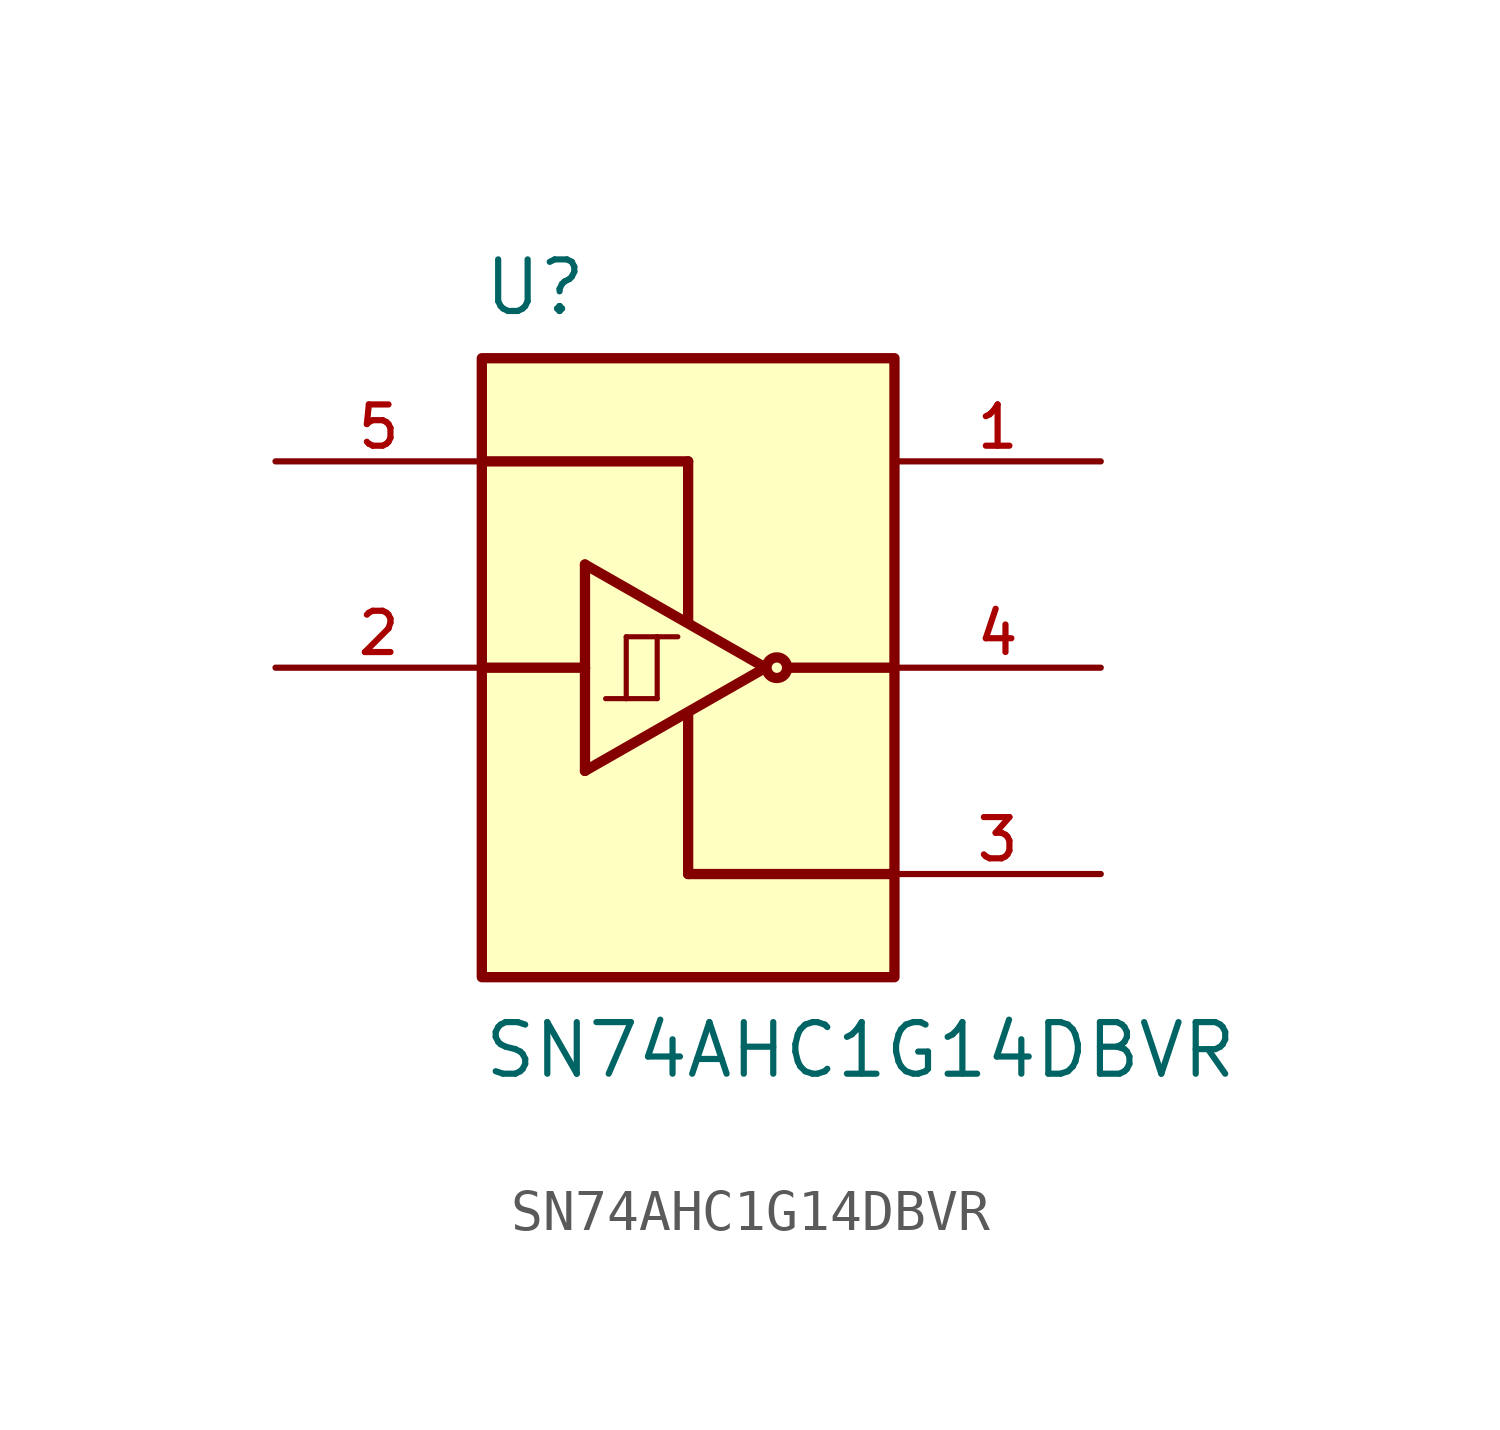
<source format=kicad_sym>
(kicad_symbol_lib
  (version 20220914)
  (generator kicad_symbol_editor)
  (symbol "SN74AHC1G14DBVR"
    (pin_names
      (offset 1.016))
    (property "Reference" "U"
      (at -5.08 8.62 0)
      (effects (font (size 1.27 1.27)) (justify left bottom)))
    (property "Value" "SN74AHC1G14DBVR"
      (at -5.08 -10.16 0)
      (effects (font (size 1.27 1.27)) (justify left bottom)))
    (symbol "SN74AHC1G14DBVR_0_0"
      (rectangle (start -5.08 -7.62) (end 5.08 7.62) (stroke (width 0.254) (type default)) (fill (type background)))
      (polyline (pts (xy -5.08 0) (xy -2.54 0)) (stroke (width 0.254) (type default)) (fill (type none)))
      (polyline (pts (xy -5.08 5.08) (xy 0 5.08)) (stroke (width 0.254) (type default)) (fill (type none)))
      (polyline (pts (xy -2.54 -2.54) (xy -2.54 0)) (stroke (width 0.254) (type default)) (fill (type none)))
      (polyline (pts (xy -2.54 0) (xy -2.54 2.54)) (stroke (width 0.254) (type default)) (fill (type none)))
      (polyline (pts (xy -2.54 2.54) (xy 1.905 0)) (stroke (width 0.254) (type default)) (fill (type none)))
      (polyline (pts (xy -1.524 -0.762) (xy -2.032 -0.762)) (stroke (width 0.127) (type default)) (fill (type none)))
      (polyline (pts (xy -1.524 -0.762) (xy -0.762 -0.762)) (stroke (width 0.127) (type default)) (fill (type none)))
      (polyline (pts (xy -1.524 0.762) (xy -1.524 -0.762)) (stroke (width 0.127) (type default)) (fill (type none)))
      (polyline (pts (xy -0.762 -0.762) (xy -0.762 0.762)) (stroke (width 0.127) (type default)) (fill (type none)))
      (polyline (pts (xy -0.762 0.762) (xy -1.524 0.762)) (stroke (width 0.127) (type default)) (fill (type none)))
      (polyline (pts (xy -0.762 0.762) (xy -0.254 0.762)) (stroke (width 0.127) (type default)) (fill (type none)))
      (polyline (pts (xy 0 -5.08) (xy 5.08 -5.08)) (stroke (width 0.254) (type default)) (fill (type none)))
      (polyline (pts (xy 0 -1.143) (xy 0 -5.08)) (stroke (width 0.254) (type default)) (fill (type none)))
      (polyline (pts (xy 0 5.08) (xy 0 1.143)) (stroke (width 0.254) (type default)) (fill (type none)))
      (polyline (pts (xy 1.905 0) (xy -2.54 -2.54)) (stroke (width 0.254) (type default)) (fill (type none)))
      (polyline (pts (xy 2.54 0) (xy 5.08 0)) (stroke (width 0.254) (type default)) (fill (type none)))
      (circle (center 2.184 0) (radius 0.254) (stroke (width 0.254) (type default)) (fill (type none)))
      (pin passive line (at 10.16 5.08 180) (length 5.08) (name "~" (effects (font (size 1.016 1.016)))) (number "1" (effects (font (size 1.016 1.016)))))
      (pin input line (at -10.16 0 0) (length 5.08) (name "~" (effects (font (size 1.016 1.016)))) (number "2" (effects (font (size 1.016 1.016)))))
      (pin power_in line (at 10.16 -5.08 180) (length 5.08) (name "~" (effects (font (size 1.016 1.016)))) (number "3" (effects (font (size 1.016 1.016)))))
      (pin output line (at 10.16 0 180) (length 5.08) (name "~" (effects (font (size 1.016 1.016)))) (number "4" (effects (font (size 1.016 1.016)))))
      (pin power_in line (at -10.16 5.08 0) (length 5.08) (name "~" (effects (font (size 1.016 1.016)))) (number "5" (effects (font (size 1.016 1.016))))))))
</source>
